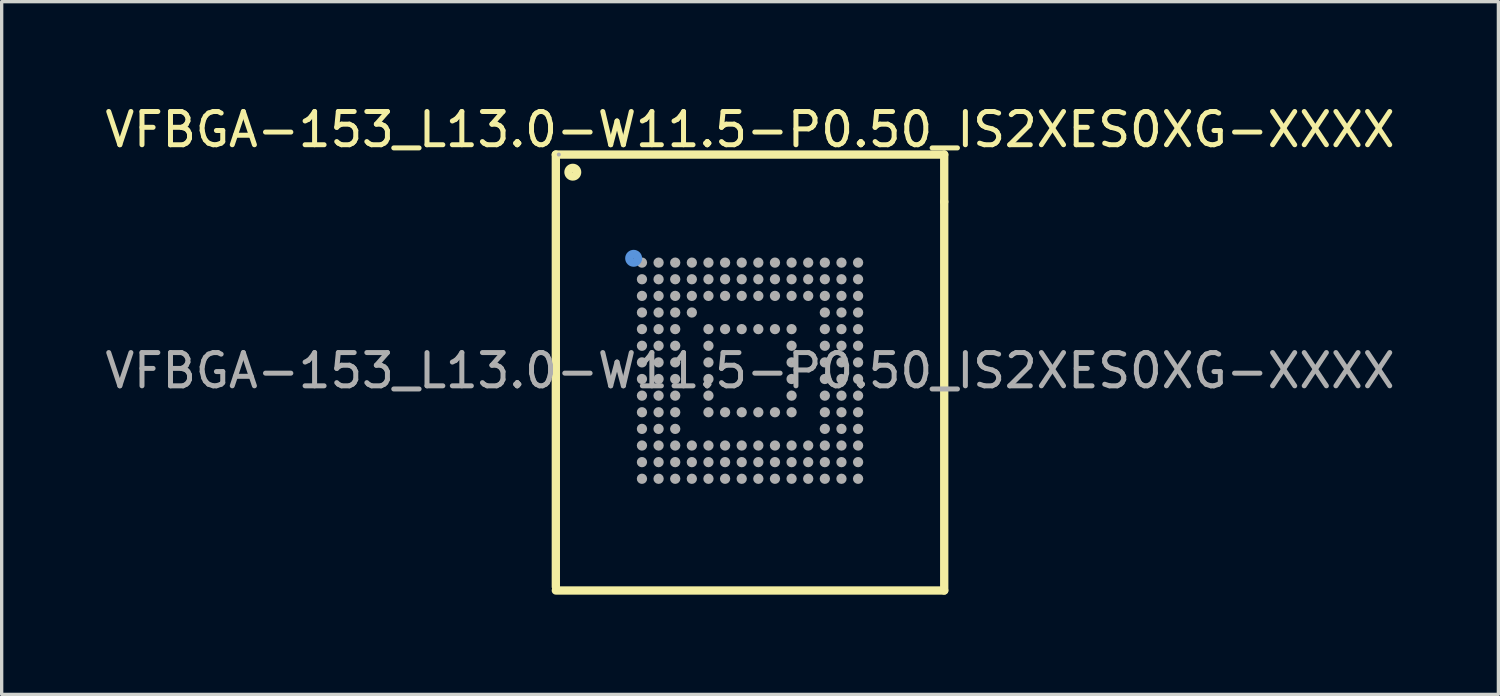
<source format=kicad_pcb>
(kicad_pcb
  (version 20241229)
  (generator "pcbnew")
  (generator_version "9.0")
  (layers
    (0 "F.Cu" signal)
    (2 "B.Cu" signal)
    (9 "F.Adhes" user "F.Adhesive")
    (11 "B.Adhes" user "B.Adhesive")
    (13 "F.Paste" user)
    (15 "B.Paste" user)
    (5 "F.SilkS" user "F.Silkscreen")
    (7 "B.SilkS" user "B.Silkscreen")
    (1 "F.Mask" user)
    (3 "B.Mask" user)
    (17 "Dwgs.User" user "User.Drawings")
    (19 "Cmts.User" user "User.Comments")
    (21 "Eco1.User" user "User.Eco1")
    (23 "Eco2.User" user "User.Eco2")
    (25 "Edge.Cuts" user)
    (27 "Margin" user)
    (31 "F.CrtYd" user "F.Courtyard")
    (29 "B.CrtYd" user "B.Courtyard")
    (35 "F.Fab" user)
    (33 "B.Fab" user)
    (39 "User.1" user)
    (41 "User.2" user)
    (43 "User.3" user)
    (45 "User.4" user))
  (footprint "VFBGA-153_L13.0-W11.5-P0.50_IS2XES0XG-XXXX"
    (layer "F.Cu")
    (at 19.506 8.098)
    (property "Reference" "VFBGA-153_L13.0-W11.5-P0.50_IS2XES0XG-XXXX" (at 0 -7.25 0) (layer "F.SilkS") (effects (font (size 1 1) (thickness 0.15))))
    (attr smd)
    (fp_line (start -5.84 -6.5) (end 5.84 -6.5) (stroke (width 0.25) (type solid)) (layer "F.SilkS"))
    (fp_line (start -5.84 6.5) (end -5.84 -6.5) (stroke (width 0.25) (type solid)) (layer "F.SilkS"))
    (fp_line (start -5.84 6.61) (end 5.84 6.61) (stroke (width 0.25) (type solid)) (layer "F.SilkS"))
    (fp_line (start 5.84 -6.5) (end 5.84 -5.08) (stroke (width 0.25) (type solid)) (layer "F.SilkS"))
    (fp_line (start 5.84 6.61) (end 5.84 -5.08) (stroke (width 0.25) (type solid)) (layer "F.SilkS"))
    (fp_circle (center -5.33 -5.97) (end -5.2 -5.97) (stroke (width 0.25) (type solid)) (fill no) (layer "F.SilkS"))
    (fp_circle (center -3.5 -3.38) (end -3.37 -3.38) (stroke (width 0.25) (type solid)) (fill no) (layer "Cmts.User"))
    (fp_circle (center -5.75 -6.5) (end -5.72 -6.5) (stroke (width 0.06) (type solid)) (fill no) (layer "F.Fab"))
    (fp_circle (center -3.25 -3.25) (end -3.17 -3.25) (stroke (width 0.15) (type solid)) (fill no) (layer "F.Fab"))
    (fp_circle (center -3.25 -2.75) (end -3.17 -2.75) (stroke (width 0.15) (type solid)) (fill no) (layer "F.Fab"))
    (fp_circle (center -3.25 -2.25) (end -3.17 -2.25) (stroke (width 0.15) (type solid)) (fill no) (layer "F.Fab"))
    (fp_circle (center -3.25 -1.75) (end -3.17 -1.75) (stroke (width 0.15) (type solid)) (fill no) (layer "F.Fab"))
    (fp_circle (center -3.25 -1.25) (end -3.17 -1.25) (stroke (width 0.15) (type solid)) (fill no) (layer "F.Fab"))
    (fp_circle (center -3.25 -0.75) (end -3.17 -0.75) (stroke (width 0.15) (type solid)) (fill no) (layer "F.Fab"))
    (fp_circle (center -3.25 -0.25) (end -3.17 -0.25) (stroke (width 0.15) (type solid)) (fill no) (layer "F.Fab"))
    (fp_circle (center -3.25 0.25) (end -3.17 0.25) (stroke (width 0.15) (type solid)) (fill no) (layer "F.Fab"))
    (fp_circle (center -3.25 0.75) (end -3.17 0.75) (stroke (width 0.15) (type solid)) (fill no) (layer "F.Fab"))
    (fp_circle (center -3.25 1.25) (end -3.17 1.25) (stroke (width 0.15) (type solid)) (fill no) (layer "F.Fab"))
    (fp_circle (center -3.25 1.75) (end -3.17 1.75) (stroke (width 0.15) (type solid)) (fill no) (layer "F.Fab"))
    (fp_circle (center -3.25 2.25) (end -3.17 2.25) (stroke (width 0.15) (type solid)) (fill no) (layer "F.Fab"))
    (fp_circle (center -3.25 2.75) (end -3.17 2.75) (stroke (width 0.15) (type solid)) (fill no) (layer "F.Fab"))
    (fp_circle (center -3.25 3.25) (end -3.17 3.25) (stroke (width 0.15) (type solid)) (fill no) (layer "F.Fab"))
    (fp_circle (center -2.75 -3.25) (end -2.67 -3.25) (stroke (width 0.15) (type solid)) (fill no) (layer "F.Fab"))
    (fp_circle (center -2.75 -2.75) (end -2.67 -2.75) (stroke (width 0.15) (type solid)) (fill no) (layer "F.Fab"))
    (fp_circle (center -2.75 -2.25) (end -2.67 -2.25) (stroke (width 0.15) (type solid)) (fill no) (layer "F.Fab"))
    (fp_circle (center -2.75 -1.75) (end -2.67 -1.75) (stroke (width 0.15) (type solid)) (fill no) (layer "F.Fab"))
    (fp_circle (center -2.75 -1.25) (end -2.67 -1.25) (stroke (width 0.15) (type solid)) (fill no) (layer "F.Fab"))
    (fp_circle (center -2.75 -0.75) (end -2.67 -0.75) (stroke (width 0.15) (type solid)) (fill no) (layer "F.Fab"))
    (fp_circle (center -2.75 -0.25) (end -2.67 -0.25) (stroke (width 0.15) (type solid)) (fill no) (layer "F.Fab"))
    (fp_circle (center -2.75 0.25) (end -2.67 0.25) (stroke (width 0.15) (type solid)) (fill no) (layer "F.Fab"))
    (fp_circle (center -2.75 0.75) (end -2.67 0.75) (stroke (width 0.15) (type solid)) (fill no) (layer "F.Fab"))
    (fp_circle (center -2.75 1.25) (end -2.67 1.25) (stroke (width 0.15) (type solid)) (fill no) (layer "F.Fab"))
    (fp_circle (center -2.75 1.75) (end -2.67 1.75) (stroke (width 0.15) (type solid)) (fill no) (layer "F.Fab"))
    (fp_circle (center -2.75 2.25) (end -2.67 2.25) (stroke (width 0.15) (type solid)) (fill no) (layer "F.Fab"))
    (fp_circle (center -2.75 2.75) (end -2.67 2.75) (stroke (width 0.15) (type solid)) (fill no) (layer "F.Fab"))
    (fp_circle (center -2.75 3.25) (end -2.67 3.25) (stroke (width 0.15) (type solid)) (fill no) (layer "F.Fab"))
    (fp_circle (center -2.25 -3.25) (end -2.17 -3.25) (stroke (width 0.15) (type solid)) (fill no) (layer "F.Fab"))
    (fp_circle (center -2.25 -2.75) (end -2.17 -2.75) (stroke (width 0.15) (type solid)) (fill no) (layer "F.Fab"))
    (fp_circle (center -2.25 -2.25) (end -2.17 -2.25) (stroke (width 0.15) (type solid)) (fill no) (layer "F.Fab"))
    (fp_circle (center -2.25 -1.75) (end -2.17 -1.75) (stroke (width 0.15) (type solid)) (fill no) (layer "F.Fab"))
    (fp_circle (center -2.25 -1.25) (end -2.17 -1.25) (stroke (width 0.15) (type solid)) (fill no) (layer "F.Fab"))
    (fp_circle (center -2.25 -0.75) (end -2.17 -0.75) (stroke (width 0.15) (type solid)) (fill no) (layer "F.Fab"))
    (fp_circle (center -2.25 -0.25) (end -2.17 -0.25) (stroke (width 0.15) (type solid)) (fill no) (layer "F.Fab"))
    (fp_circle (center -2.25 0.25) (end -2.17 0.25) (stroke (width 0.15) (type solid)) (fill no) (layer "F.Fab"))
    (fp_circle (center -2.25 0.75) (end -2.17 0.75) (stroke (width 0.15) (type solid)) (fill no) (layer "F.Fab"))
    (fp_circle (center -2.25 1.25) (end -2.17 1.25) (stroke (width 0.15) (type solid)) (fill no) (layer "F.Fab"))
    (fp_circle (center -2.25 1.75) (end -2.17 1.75) (stroke (width 0.15) (type solid)) (fill no) (layer "F.Fab"))
    (fp_circle (center -2.25 2.25) (end -2.17 2.25) (stroke (width 0.15) (type solid)) (fill no) (layer "F.Fab"))
    (fp_circle (center -2.25 2.75) (end -2.17 2.75) (stroke (width 0.15) (type solid)) (fill no) (layer "F.Fab"))
    (fp_circle (center -2.25 3.25) (end -2.17 3.25) (stroke (width 0.15) (type solid)) (fill no) (layer "F.Fab"))
    (fp_circle (center -1.75 -3.25) (end -1.67 -3.25) (stroke (width 0.15) (type solid)) (fill no) (layer "F.Fab"))
    (fp_circle (center -1.75 -2.75) (end -1.67 -2.75) (stroke (width 0.15) (type solid)) (fill no) (layer "F.Fab"))
    (fp_circle (center -1.75 -2.25) (end -1.67 -2.25) (stroke (width 0.15) (type solid)) (fill no) (layer "F.Fab"))
    (fp_circle (center -1.75 -1.75) (end -1.67 -1.75) (stroke (width 0.15) (type solid)) (fill no) (layer "F.Fab"))
    (fp_circle (center -1.75 2.25) (end -1.67 2.25) (stroke (width 0.15) (type solid)) (fill no) (layer "F.Fab"))
    (fp_circle (center -1.75 2.75) (end -1.67 2.75) (stroke (width 0.15) (type solid)) (fill no) (layer "F.Fab"))
    (fp_circle (center -1.75 3.25) (end -1.67 3.25) (stroke (width 0.15) (type solid)) (fill no) (layer "F.Fab"))
    (fp_circle (center -1.25 -3.25) (end -1.17 -3.25) (stroke (width 0.15) (type solid)) (fill no) (layer "F.Fab"))
    (fp_circle (center -1.25 -2.75) (end -1.17 -2.75) (stroke (width 0.15) (type solid)) (fill no) (layer "F.Fab"))
    (fp_circle (center -1.25 -2.25) (end -1.17 -2.25) (stroke (width 0.15) (type solid)) (fill no) (layer "F.Fab"))
    (fp_circle (center -1.25 -1.25) (end -1.17 -1.25) (stroke (width 0.15) (type solid)) (fill no) (layer "F.Fab"))
    (fp_circle (center -1.25 -0.75) (end -1.17 -0.75) (stroke (width 0.15) (type solid)) (fill no) (layer "F.Fab"))
    (fp_circle (center -1.25 -0.25) (end -1.17 -0.25) (stroke (width 0.15) (type solid)) (fill no) (layer "F.Fab"))
    (fp_circle (center -1.25 0.25) (end -1.17 0.25) (stroke (width 0.15) (type solid)) (fill no) (layer "F.Fab"))
    (fp_circle (center -1.25 0.75) (end -1.17 0.75) (stroke (width 0.15) (type solid)) (fill no) (layer "F.Fab"))
    (fp_circle (center -1.25 1.25) (end -1.17 1.25) (stroke (width 0.15) (type solid)) (fill no) (layer "F.Fab"))
    (fp_circle (center -1.25 2.25) (end -1.17 2.25) (stroke (width 0.15) (type solid)) (fill no) (layer "F.Fab"))
    (fp_circle (center -1.25 2.75) (end -1.17 2.75) (stroke (width 0.15) (type solid)) (fill no) (layer "F.Fab"))
    (fp_circle (center -1.25 3.25) (end -1.17 3.25) (stroke (width 0.15) (type solid)) (fill no) (layer "F.Fab"))
    (fp_circle (center -0.75 -3.25) (end -0.67 -3.25) (stroke (width 0.15) (type solid)) (fill no) (layer "F.Fab"))
    (fp_circle (center -0.75 -2.75) (end -0.67 -2.75) (stroke (width 0.15) (type solid)) (fill no) (layer "F.Fab"))
    (fp_circle (center -0.75 -2.25) (end -0.67 -2.25) (stroke (width 0.15) (type solid)) (fill no) (layer "F.Fab"))
    (fp_circle (center -0.75 -1.25) (end -0.67 -1.25) (stroke (width 0.15) (type solid)) (fill no) (layer "F.Fab"))
    (fp_circle (center -0.75 1.25) (end -0.67 1.25) (stroke (width 0.15) (type solid)) (fill no) (layer "F.Fab"))
    (fp_circle (center -0.75 2.25) (end -0.67 2.25) (stroke (width 0.15) (type solid)) (fill no) (layer "F.Fab"))
    (fp_circle (center -0.75 2.75) (end -0.67 2.75) (stroke (width 0.15) (type solid)) (fill no) (layer "F.Fab"))
    (fp_circle (center -0.75 3.25) (end -0.67 3.25) (stroke (width 0.15) (type solid)) (fill no) (layer "F.Fab"))
    (fp_circle (center -0.25 -3.25) (end -0.17 -3.25) (stroke (width 0.15) (type solid)) (fill no) (layer "F.Fab"))
    (fp_circle (center -0.25 -2.75) (end -0.17 -2.75) (stroke (width 0.15) (type solid)) (fill no) (layer "F.Fab"))
    (fp_circle (center -0.25 -2.25) (end -0.17 -2.25) (stroke (width 0.15) (type solid)) (fill no) (layer "F.Fab"))
    (fp_circle (center -0.25 -1.25) (end -0.17 -1.25) (stroke (width 0.15) (type solid)) (fill no) (layer "F.Fab"))
    (fp_circle (center -0.25 1.25) (end -0.17 1.25) (stroke (width 0.15) (type solid)) (fill no) (layer "F.Fab"))
    (fp_circle (center -0.25 2.25) (end -0.17 2.25) (stroke (width 0.15) (type solid)) (fill no) (layer "F.Fab"))
    (fp_circle (center -0.25 2.75) (end -0.17 2.75) (stroke (width 0.15) (type solid)) (fill no) (layer "F.Fab"))
    (fp_circle (center -0.25 3.25) (end -0.17 3.25) (stroke (width 0.15) (type solid)) (fill no) (layer "F.Fab"))
    (fp_circle (center 0.25 -3.25) (end 0.33 -3.25) (stroke (width 0.15) (type solid)) (fill no) (layer "F.Fab"))
    (fp_circle (center 0.25 -2.75) (end 0.33 -2.75) (stroke (width 0.15) (type solid)) (fill no) (layer "F.Fab"))
    (fp_circle (center 0.25 -2.25) (end 0.33 -2.25) (stroke (width 0.15) (type solid)) (fill no) (layer "F.Fab"))
    (fp_circle (center 0.25 -1.25) (end 0.33 -1.25) (stroke (width 0.15) (type solid)) (fill no) (layer "F.Fab"))
    (fp_circle (center 0.25 1.25) (end 0.33 1.25) (stroke (width 0.15) (type solid)) (fill no) (layer "F.Fab"))
    (fp_circle (center 0.25 2.25) (end 0.33 2.25) (stroke (width 0.15) (type solid)) (fill no) (layer "F.Fab"))
    (fp_circle (center 0.25 2.75) (end 0.33 2.75) (stroke (width 0.15) (type solid)) (fill no) (layer "F.Fab"))
    (fp_circle (center 0.25 3.25) (end 0.33 3.25) (stroke (width 0.15) (type solid)) (fill no) (layer "F.Fab"))
    (fp_circle (center 0.75 -3.25) (end 0.83 -3.25) (stroke (width 0.15) (type solid)) (fill no) (layer "F.Fab"))
    (fp_circle (center 0.75 -2.75) (end 0.83 -2.75) (stroke (width 0.15) (type solid)) (fill no) (layer "F.Fab"))
    (fp_circle (center 0.75 -2.25) (end 0.83 -2.25) (stroke (width 0.15) (type solid)) (fill no) (layer "F.Fab"))
    (fp_circle (center 0.75 -1.25) (end 0.83 -1.25) (stroke (width 0.15) (type solid)) (fill no) (layer "F.Fab"))
    (fp_circle (center 0.75 1.25) (end 0.83 1.25) (stroke (width 0.15) (type solid)) (fill no) (layer "F.Fab"))
    (fp_circle (center 0.75 2.25) (end 0.83 2.25) (stroke (width 0.15) (type solid)) (fill no) (layer "F.Fab"))
    (fp_circle (center 0.75 2.75) (end 0.83 2.75) (stroke (width 0.15) (type solid)) (fill no) (layer "F.Fab"))
    (fp_circle (center 0.75 3.25) (end 0.83 3.25) (stroke (width 0.15) (type solid)) (fill no) (layer "F.Fab"))
    (fp_circle (center 1.25 -3.25) (end 1.33 -3.25) (stroke (width 0.15) (type solid)) (fill no) (layer "F.Fab"))
    (fp_circle (center 1.25 -2.75) (end 1.33 -2.75) (stroke (width 0.15) (type solid)) (fill no) (layer "F.Fab"))
    (fp_circle (center 1.25 -2.25) (end 1.33 -2.25) (stroke (width 0.15) (type solid)) (fill no) (layer "F.Fab"))
    (fp_circle (center 1.25 -1.25) (end 1.33 -1.25) (stroke (width 0.15) (type solid)) (fill no) (layer "F.Fab"))
    (fp_circle (center 1.25 -0.75) (end 1.33 -0.75) (stroke (width 0.15) (type solid)) (fill no) (layer "F.Fab"))
    (fp_circle (center 1.25 -0.25) (end 1.33 -0.25) (stroke (width 0.15) (type solid)) (fill no) (layer "F.Fab"))
    (fp_circle (center 1.25 0.25) (end 1.33 0.25) (stroke (width 0.15) (type solid)) (fill no) (layer "F.Fab"))
    (fp_circle (center 1.25 0.75) (end 1.33 0.75) (stroke (width 0.15) (type solid)) (fill no) (layer "F.Fab"))
    (fp_circle (center 1.25 1.25) (end 1.33 1.25) (stroke (width 0.15) (type solid)) (fill no) (layer "F.Fab"))
    (fp_circle (center 1.25 2.25) (end 1.33 2.25) (stroke (width 0.15) (type solid)) (fill no) (layer "F.Fab"))
    (fp_circle (center 1.25 2.75) (end 1.33 2.75) (stroke (width 0.15) (type solid)) (fill no) (layer "F.Fab"))
    (fp_circle (center 1.25 3.25) (end 1.33 3.25) (stroke (width 0.15) (type solid)) (fill no) (layer "F.Fab"))
    (fp_circle (center 1.75 -3.25) (end 1.83 -3.25) (stroke (width 0.15) (type solid)) (fill no) (layer "F.Fab"))
    (fp_circle (center 1.75 -2.75) (end 1.83 -2.75) (stroke (width 0.15) (type solid)) (fill no) (layer "F.Fab"))
    (fp_circle (center 1.75 -2.25) (end 1.83 -2.25) (stroke (width 0.15) (type solid)) (fill no) (layer "F.Fab"))
    (fp_circle (center 1.75 2.25) (end 1.83 2.25) (stroke (width 0.15) (type solid)) (fill no) (layer "F.Fab"))
    (fp_circle (center 1.75 2.75) (end 1.83 2.75) (stroke (width 0.15) (type solid)) (fill no) (layer "F.Fab"))
    (fp_circle (center 1.75 3.25) (end 1.83 3.25) (stroke (width 0.15) (type solid)) (fill no) (layer "F.Fab"))
    (fp_circle (center 2.25 -3.25) (end 2.33 -3.25) (stroke (width 0.15) (type solid)) (fill no) (layer "F.Fab"))
    (fp_circle (center 2.25 -2.75) (end 2.33 -2.75) (stroke (width 0.15) (type solid)) (fill no) (layer "F.Fab"))
    (fp_circle (center 2.25 -2.25) (end 2.33 -2.25) (stroke (width 0.15) (type solid)) (fill no) (layer "F.Fab"))
    (fp_circle (center 2.25 -1.75) (end 2.33 -1.75) (stroke (width 0.15) (type solid)) (fill no) (layer "F.Fab"))
    (fp_circle (center 2.25 -1.25) (end 2.33 -1.25) (stroke (width 0.15) (type solid)) (fill no) (layer "F.Fab"))
    (fp_circle (center 2.25 -0.75) (end 2.33 -0.75) (stroke (width 0.15) (type solid)) (fill no) (layer "F.Fab"))
    (fp_circle (center 2.25 -0.25) (end 2.33 -0.25) (stroke (width 0.15) (type solid)) (fill no) (layer "F.Fab"))
    (fp_circle (center 2.25 0.25) (end 2.33 0.25) (stroke (width 0.15) (type solid)) (fill no) (layer "F.Fab"))
    (fp_circle (center 2.25 0.75) (end 2.33 0.75) (stroke (width 0.15) (type solid)) (fill no) (layer "F.Fab"))
    (fp_circle (center 2.25 1.25) (end 2.33 1.25) (stroke (width 0.15) (type solid)) (fill no) (layer "F.Fab"))
    (fp_circle (center 2.25 1.75) (end 2.33 1.75) (stroke (width 0.15) (type solid)) (fill no) (layer "F.Fab"))
    (fp_circle (center 2.25 2.25) (end 2.33 2.25) (stroke (width 0.15) (type solid)) (fill no) (layer "F.Fab"))
    (fp_circle (center 2.25 2.75) (end 2.33 2.75) (stroke (width 0.15) (type solid)) (fill no) (layer "F.Fab"))
    (fp_circle (center 2.25 3.25) (end 2.33 3.25) (stroke (width 0.15) (type solid)) (fill no) (layer "F.Fab"))
    (fp_circle (center 2.75 -3.25) (end 2.83 -3.25) (stroke (width 0.15) (type solid)) (fill no) (layer "F.Fab"))
    (fp_circle (center 2.75 -2.75) (end 2.83 -2.75) (stroke (width 0.15) (type solid)) (fill no) (layer "F.Fab"))
    (fp_circle (center 2.75 -2.25) (end 2.83 -2.25) (stroke (width 0.15) (type solid)) (fill no) (layer "F.Fab"))
    (fp_circle (center 2.75 -1.75) (end 2.83 -1.75) (stroke (width 0.15) (type solid)) (fill no) (layer "F.Fab"))
    (fp_circle (center 2.75 -1.25) (end 2.83 -1.25) (stroke (width 0.15) (type solid)) (fill no) (layer "F.Fab"))
    (fp_circle (center 2.75 -0.75) (end 2.83 -0.75) (stroke (width 0.15) (type solid)) (fill no) (layer "F.Fab"))
    (fp_circle (center 2.75 -0.25) (end 2.83 -0.25) (stroke (width 0.15) (type solid)) (fill no) (layer "F.Fab"))
    (fp_circle (center 2.75 0.25) (end 2.83 0.25) (stroke (width 0.15) (type solid)) (fill no) (layer "F.Fab"))
    (fp_circle (center 2.75 0.75) (end 2.83 0.75) (stroke (width 0.15) (type solid)) (fill no) (layer "F.Fab"))
    (fp_circle (center 2.75 1.25) (end 2.83 1.25) (stroke (width 0.15) (type solid)) (fill no) (layer "F.Fab"))
    (fp_circle (center 2.75 1.75) (end 2.83 1.75) (stroke (width 0.15) (type solid)) (fill no) (layer "F.Fab"))
    (fp_circle (center 2.75 2.25) (end 2.83 2.25) (stroke (width 0.15) (type solid)) (fill no) (layer "F.Fab"))
    (fp_circle (center 2.75 2.75) (end 2.83 2.75) (stroke (width 0.15) (type solid)) (fill no) (layer "F.Fab"))
    (fp_circle (center 2.75 3.25) (end 2.83 3.25) (stroke (width 0.15) (type solid)) (fill no) (layer "F.Fab"))
    (fp_circle (center 3.25 -3.25) (end 3.33 -3.25) (stroke (width 0.15) (type solid)) (fill no) (layer "F.Fab"))
    (fp_circle (center 3.25 -2.75) (end 3.33 -2.75) (stroke (width 0.15) (type solid)) (fill no) (layer "F.Fab"))
    (fp_circle (center 3.25 -2.25) (end 3.33 -2.25) (stroke (width 0.15) (type solid)) (fill no) (layer "F.Fab"))
    (fp_circle (center 3.25 -1.75) (end 3.33 -1.75) (stroke (width 0.15) (type solid)) (fill no) (layer "F.Fab"))
    (fp_circle (center 3.25 -1.25) (end 3.33 -1.25) (stroke (width 0.15) (type solid)) (fill no) (layer "F.Fab"))
    (fp_circle (center 3.25 -0.75) (end 3.33 -0.75) (stroke (width 0.15) (type solid)) (fill no) (layer "F.Fab"))
    (fp_circle (center 3.25 -0.25) (end 3.33 -0.25) (stroke (width 0.15) (type solid)) (fill no) (layer "F.Fab"))
    (fp_circle (center 3.25 0.25) (end 3.33 0.25) (stroke (width 0.15) (type solid)) (fill no) (layer "F.Fab"))
    (fp_circle (center 3.25 0.75) (end 3.33 0.75) (stroke (width 0.15) (type solid)) (fill no) (layer "F.Fab"))
    (fp_circle (center 3.25 1.25) (end 3.33 1.25) (stroke (width 0.15) (type solid)) (fill no) (layer "F.Fab"))
    (fp_circle (center 3.25 1.75) (end 3.33 1.75) (stroke (width 0.15) (type solid)) (fill no) (layer "F.Fab"))
    (fp_circle (center 3.25 2.25) (end 3.33 2.25) (stroke (width 0.15) (type solid)) (fill no) (layer "F.Fab"))
    (fp_circle (center 3.25 2.75) (end 3.33 2.75) (stroke (width 0.15) (type solid)) (fill no) (layer "F.Fab"))
    (fp_circle (center 3.25 3.25) (end 3.33 3.25) (stroke (width 0.15) (type solid)) (fill no) (layer "F.Fab"))
    (fp_text user "${REFERENCE}" (at 0 0 0) (layer "F.Fab") (effects (font (size 1 1) (thickness 0.15))))
    (pad "A1" smd circle (at -3.25 -3.25) (size 0.24 0.24) (layers "F.Cu" "F.Mask" "F.Paste"))
    (pad "A2" smd circle (at -2.75 -3.25) (size 0.24 0.24) (layers "F.Cu" "F.Mask" "F.Paste"))
    (pad "A3" smd circle (at -2.25 -3.25) (size 0.24 0.24) (layers "F.Cu" "F.Mask" "F.Paste"))
    (pad "A4" smd circle (at -1.75 -3.25) (size 0.24 0.24) (layers "F.Cu" "F.Mask" "F.Paste"))
    (pad "A5" smd circle (at -1.25 -3.25) (size 0.24 0.24) (layers "F.Cu" "F.Mask" "F.Paste"))
    (pad "A6" smd circle (at -0.75 -3.25) (size 0.24 0.24) (layers "F.Cu" "F.Mask" "F.Paste"))
    (pad "A7" smd circle (at -0.25 -3.25) (size 0.24 0.24) (layers "F.Cu" "F.Mask" "F.Paste"))
    (pad "A8" smd circle (at 0.25 -3.25) (size 0.24 0.24) (layers "F.Cu" "F.Mask" "F.Paste"))
    (pad "A9" smd circle (at 0.75 -3.25) (size 0.24 0.24) (layers "F.Cu" "F.Mask" "F.Paste"))
    (pad "A10" smd circle (at 1.25 -3.25) (size 0.24 0.24) (layers "F.Cu" "F.Mask" "F.Paste"))
    (pad "A11" smd circle (at 1.75 -3.25) (size 0.24 0.24) (layers "F.Cu" "F.Mask" "F.Paste"))
    (pad "A12" smd circle (at 2.25 -3.25) (size 0.24 0.24) (layers "F.Cu" "F.Mask" "F.Paste"))
    (pad "A13" smd circle (at 2.75 -3.25) (size 0.24 0.24) (layers "F.Cu" "F.Mask" "F.Paste"))
    (pad "A14" smd circle (at 3.25 -3.25) (size 0.24 0.24) (layers "F.Cu" "F.Mask" "F.Paste"))
    (pad "B1" smd circle (at -3.25 -2.75) (size 0.24 0.24) (layers "F.Cu" "F.Mask" "F.Paste"))
    (pad "B2" smd circle (at -2.75 -2.75) (size 0.24 0.24) (layers "F.Cu" "F.Mask" "F.Paste"))
    (pad "B3" smd circle (at -2.25 -2.75) (size 0.24 0.24) (layers "F.Cu" "F.Mask" "F.Paste"))
    (pad "B4" smd circle (at -1.75 -2.75) (size 0.24 0.24) (layers "F.Cu" "F.Mask" "F.Paste"))
    (pad "B5" smd circle (at -1.25 -2.75) (size 0.24 0.24) (layers "F.Cu" "F.Mask" "F.Paste"))
    (pad "B6" smd circle (at -0.75 -2.75) (size 0.24 0.24) (layers "F.Cu" "F.Mask" "F.Paste"))
    (pad "B7" smd circle (at -0.25 -2.75) (size 0.24 0.24) (layers "F.Cu" "F.Mask" "F.Paste"))
    (pad "B8" smd circle (at 0.25 -2.75) (size 0.24 0.24) (layers "F.Cu" "F.Mask" "F.Paste"))
    (pad "B9" smd circle (at 0.75 -2.75) (size 0.24 0.24) (layers "F.Cu" "F.Mask" "F.Paste"))
    (pad "B10" smd circle (at 1.25 -2.75) (size 0.24 0.24) (layers "F.Cu" "F.Mask" "F.Paste"))
    (pad "B11" smd circle (at 1.75 -2.75) (size 0.24 0.24) (layers "F.Cu" "F.Mask" "F.Paste"))
    (pad "B12" smd circle (at 2.25 -2.75) (size 0.24 0.24) (layers "F.Cu" "F.Mask" "F.Paste"))
    (pad "B13" smd circle (at 2.75 -2.75) (size 0.24 0.24) (layers "F.Cu" "F.Mask" "F.Paste"))
    (pad "B14" smd circle (at 3.25 -2.75) (size 0.24 0.24) (layers "F.Cu" "F.Mask" "F.Paste"))
    (pad "C1" smd circle (at -3.25 -2.25) (size 0.24 0.24) (layers "F.Cu" "F.Mask" "F.Paste"))
    (pad "C2" smd circle (at -2.75 -2.25) (size 0.24 0.24) (layers "F.Cu" "F.Mask" "F.Paste"))
    (pad "C3" smd circle (at -2.25 -2.25) (size 0.24 0.24) (layers "F.Cu" "F.Mask" "F.Paste"))
    (pad "C4" smd circle (at -1.75 -2.25) (size 0.24 0.24) (layers "F.Cu" "F.Mask" "F.Paste"))
    (pad "C5" smd circle (at -1.25 -2.25) (size 0.24 0.24) (layers "F.Cu" "F.Mask" "F.Paste"))
    (pad "C6" smd circle (at -0.75 -2.25) (size 0.24 0.24) (layers "F.Cu" "F.Mask" "F.Paste"))
    (pad "C7" smd circle (at -0.25 -2.25) (size 0.24 0.24) (layers "F.Cu" "F.Mask" "F.Paste"))
    (pad "C8" smd circle (at 0.25 -2.25) (size 0.24 0.24) (layers "F.Cu" "F.Mask" "F.Paste"))
    (pad "C9" smd circle (at 0.75 -2.25) (size 0.24 0.24) (layers "F.Cu" "F.Mask" "F.Paste"))
    (pad "C10" smd circle (at 1.25 -2.25) (size 0.24 0.24) (layers "F.Cu" "F.Mask" "F.Paste"))
    (pad "C11" smd circle (at 1.75 -2.25) (size 0.24 0.24) (layers "F.Cu" "F.Mask" "F.Paste"))
    (pad "C12" smd circle (at 2.25 -2.25) (size 0.24 0.24) (layers "F.Cu" "F.Mask" "F.Paste"))
    (pad "C13" smd circle (at 2.75 -2.25) (size 0.24 0.24) (layers "F.Cu" "F.Mask" "F.Paste"))
    (pad "C14" smd circle (at 3.25 -2.25) (size 0.24 0.24) (layers "F.Cu" "F.Mask" "F.Paste"))
    (pad "D1" smd circle (at -3.25 -1.75) (size 0.24 0.24) (layers "F.Cu" "F.Mask" "F.Paste"))
    (pad "D2" smd circle (at -2.75 -1.75) (size 0.24 0.24) (layers "F.Cu" "F.Mask" "F.Paste"))
    (pad "D3" smd circle (at -2.25 -1.75) (size 0.24 0.24) (layers "F.Cu" "F.Mask" "F.Paste"))
    (pad "D4" smd circle (at -1.75 -1.75) (size 0.24 0.24) (layers "F.Cu" "F.Mask" "F.Paste"))
    (pad "D12" smd circle (at 2.25 -1.75) (size 0.24 0.24) (layers "F.Cu" "F.Mask" "F.Paste"))
    (pad "D13" smd circle (at 2.75 -1.75) (size 0.24 0.24) (layers "F.Cu" "F.Mask" "F.Paste"))
    (pad "D14" smd circle (at 3.25 -1.75) (size 0.24 0.24) (layers "F.Cu" "F.Mask" "F.Paste"))
    (pad "E1" smd circle (at -3.25 -1.25) (size 0.24 0.24) (layers "F.Cu" "F.Mask" "F.Paste"))
    (pad "E2" smd circle (at -2.75 -1.25) (size 0.24 0.24) (layers "F.Cu" "F.Mask" "F.Paste"))
    (pad "E3" smd circle (at -2.25 -1.25) (size 0.24 0.24) (layers "F.Cu" "F.Mask" "F.Paste"))
    (pad "E5" smd circle (at -1.25 -1.25) (size 0.24 0.24) (layers "F.Cu" "F.Mask" "F.Paste"))
    (pad "E6" smd circle (at -0.75 -1.25) (size 0.24 0.24) (layers "F.Cu" "F.Mask" "F.Paste"))
    (pad "E7" smd circle (at -0.25 -1.25) (size 0.24 0.24) (layers "F.Cu" "F.Mask" "F.Paste"))
    (pad "E8" smd circle (at 0.25 -1.25) (size 0.24 0.24) (layers "F.Cu" "F.Mask" "F.Paste"))
    (pad "E9" smd circle (at 0.75 -1.25) (size 0.24 0.24) (layers "F.Cu" "F.Mask" "F.Paste"))
    (pad "E10" smd circle (at 1.25 -1.25) (size 0.24 0.24) (layers "F.Cu" "F.Mask" "F.Paste"))
    (pad "E12" smd circle (at 2.25 -1.25) (size 0.24 0.24) (layers "F.Cu" "F.Mask" "F.Paste"))
    (pad "E13" smd circle (at 2.75 -1.25) (size 0.24 0.24) (layers "F.Cu" "F.Mask" "F.Paste"))
    (pad "E14" smd circle (at 3.25 -1.25) (size 0.24 0.24) (layers "F.Cu" "F.Mask" "F.Paste"))
    (pad "F1" smd circle (at -3.25 -0.75) (size 0.24 0.24) (layers "F.Cu" "F.Mask" "F.Paste"))
    (pad "F2" smd circle (at -2.75 -0.75) (size 0.24 0.24) (layers "F.Cu" "F.Mask" "F.Paste"))
    (pad "F3" smd circle (at -2.25 -0.75) (size 0.24 0.24) (layers "F.Cu" "F.Mask" "F.Paste"))
    (pad "F5" smd circle (at -1.25 -0.75) (size 0.24 0.24) (layers "F.Cu" "F.Mask" "F.Paste"))
    (pad "F10" smd circle (at 1.25 -0.75) (size 0.24 0.24) (layers "F.Cu" "F.Mask" "F.Paste"))
    (pad "F12" smd circle (at 2.25 -0.75) (size 0.24 0.24) (layers "F.Cu" "F.Mask" "F.Paste"))
    (pad "F13" smd circle (at 2.75 -0.75) (size 0.24 0.24) (layers "F.Cu" "F.Mask" "F.Paste"))
    (pad "F14" smd circle (at 3.25 -0.75) (size 0.24 0.24) (layers "F.Cu" "F.Mask" "F.Paste"))
    (pad "G1" smd circle (at -3.25 -0.25) (size 0.24 0.24) (layers "F.Cu" "F.Mask" "F.Paste"))
    (pad "G2" smd circle (at -2.75 -0.25) (size 0.24 0.24) (layers "F.Cu" "F.Mask" "F.Paste"))
    (pad "G3" smd circle (at -2.25 -0.25) (size 0.24 0.24) (layers "F.Cu" "F.Mask" "F.Paste"))
    (pad "G5" smd circle (at -1.25 -0.25) (size 0.24 0.24) (layers "F.Cu" "F.Mask" "F.Paste"))
    (pad "G10" smd circle (at 1.25 -0.25) (size 0.24 0.24) (layers "F.Cu" "F.Mask" "F.Paste"))
    (pad "G12" smd circle (at 2.25 -0.25) (size 0.24 0.24) (layers "F.Cu" "F.Mask" "F.Paste"))
    (pad "G13" smd circle (at 2.75 -0.25) (size 0.24 0.24) (layers "F.Cu" "F.Mask" "F.Paste"))
    (pad "G14" smd circle (at 3.25 -0.25) (size 0.24 0.24) (layers "F.Cu" "F.Mask" "F.Paste"))
    (pad "H1" smd circle (at -3.25 0.25) (size 0.24 0.24) (layers "F.Cu" "F.Mask" "F.Paste"))
    (pad "H2" smd circle (at -2.75 0.25) (size 0.24 0.24) (layers "F.Cu" "F.Mask" "F.Paste"))
    (pad "H3" smd circle (at -2.25 0.25) (size 0.24 0.24) (layers "F.Cu" "F.Mask" "F.Paste"))
    (pad "H5" smd circle (at -1.25 0.25) (size 0.24 0.24) (layers "F.Cu" "F.Mask" "F.Paste"))
    (pad "H10" smd circle (at 1.25 0.25) (size 0.24 0.24) (layers "F.Cu" "F.Mask" "F.Paste"))
    (pad "H12" smd circle (at 2.25 0.25) (size 0.24 0.24) (layers "F.Cu" "F.Mask" "F.Paste"))
    (pad "H13" smd circle (at 2.75 0.25) (size 0.24 0.24) (layers "F.Cu" "F.Mask" "F.Paste"))
    (pad "H14" smd circle (at 3.25 0.25) (size 0.24 0.24) (layers "F.Cu" "F.Mask" "F.Paste"))
    (pad "J1" smd circle (at -3.25 0.75) (size 0.24 0.24) (layers "F.Cu" "F.Mask" "F.Paste"))
    (pad "J2" smd circle (at -2.75 0.75) (size 0.24 0.24) (layers "F.Cu" "F.Mask" "F.Paste"))
    (pad "J3" smd circle (at -2.25 0.75) (size 0.24 0.24) (layers "F.Cu" "F.Mask" "F.Paste"))
    (pad "J5" smd circle (at -1.25 0.75) (size 0.24 0.24) (layers "F.Cu" "F.Mask" "F.Paste"))
    (pad "J10" smd circle (at 1.25 0.75) (size 0.24 0.24) (layers "F.Cu" "F.Mask" "F.Paste"))
    (pad "J12" smd circle (at 2.25 0.75) (size 0.24 0.24) (layers "F.Cu" "F.Mask" "F.Paste"))
    (pad "J13" smd circle (at 2.75 0.75) (size 0.24 0.24) (layers "F.Cu" "F.Mask" "F.Paste"))
    (pad "J14" smd circle (at 3.25 0.75) (size 0.24 0.24) (layers "F.Cu" "F.Mask" "F.Paste"))
    (pad "K1" smd circle (at -3.25 1.25) (size 0.24 0.24) (layers "F.Cu" "F.Mask" "F.Paste"))
    (pad "K2" smd circle (at -2.75 1.25) (size 0.24 0.24) (layers "F.Cu" "F.Mask" "F.Paste"))
    (pad "K3" smd circle (at -2.25 1.25) (size 0.24 0.24) (layers "F.Cu" "F.Mask" "F.Paste"))
    (pad "K5" smd circle (at -1.25 1.25) (size 0.24 0.24) (layers "F.Cu" "F.Mask" "F.Paste"))
    (pad "K6" smd circle (at -0.75 1.25) (size 0.24 0.24) (layers "F.Cu" "F.Mask" "F.Paste"))
    (pad "K7" smd circle (at -0.25 1.25) (size 0.24 0.24) (layers "F.Cu" "F.Mask" "F.Paste"))
    (pad "K8" smd circle (at 0.25 1.25) (size 0.24 0.24) (layers "F.Cu" "F.Mask" "F.Paste"))
    (pad "K9" smd circle (at 0.75 1.25) (size 0.24 0.24) (layers "F.Cu" "F.Mask" "F.Paste"))
    (pad "K10" smd circle (at 1.25 1.25) (size 0.24 0.24) (layers "F.Cu" "F.Mask" "F.Paste"))
    (pad "K12" smd circle (at 2.25 1.25) (size 0.24 0.24) (layers "F.Cu" "F.Mask" "F.Paste"))
    (pad "K13" smd circle (at 2.75 1.25) (size 0.24 0.24) (layers "F.Cu" "F.Mask" "F.Paste"))
    (pad "K14" smd circle (at 3.25 1.25) (size 0.24 0.24) (layers "F.Cu" "F.Mask" "F.Paste"))
    (pad "L1" smd circle (at -3.25 1.75) (size 0.24 0.24) (layers "F.Cu" "F.Mask" "F.Paste"))
    (pad "L2" smd circle (at -2.75 1.75) (size 0.24 0.24) (layers "F.Cu" "F.Mask" "F.Paste"))
    (pad "L3" smd circle (at -2.25 1.75) (size 0.24 0.24) (layers "F.Cu" "F.Mask" "F.Paste"))
    (pad "L12" smd circle (at 2.25 1.75) (size 0.24 0.24) (layers "F.Cu" "F.Mask" "F.Paste"))
    (pad "L13" smd circle (at 2.75 1.75) (size 0.24 0.24) (layers "F.Cu" "F.Mask" "F.Paste"))
    (pad "L14" smd circle (at 3.25 1.75) (size 0.24 0.24) (layers "F.Cu" "F.Mask" "F.Paste"))
    (pad "M1" smd circle (at -3.25 2.25) (size 0.24 0.24) (layers "F.Cu" "F.Mask" "F.Paste"))
    (pad "M2" smd circle (at -2.75 2.25) (size 0.24 0.24) (layers "F.Cu" "F.Mask" "F.Paste"))
    (pad "M3" smd circle (at -2.25 2.25) (size 0.24 0.24) (layers "F.Cu" "F.Mask" "F.Paste"))
    (pad "M4" smd circle (at -1.75 2.25) (size 0.24 0.24) (layers "F.Cu" "F.Mask" "F.Paste"))
    (pad "M5" smd circle (at -1.25 2.25) (size 0.24 0.24) (layers "F.Cu" "F.Mask" "F.Paste"))
    (pad "M6" smd circle (at -0.75 2.25) (size 0.24 0.24) (layers "F.Cu" "F.Mask" "F.Paste"))
    (pad "M7" smd circle (at -0.25 2.25) (size 0.24 0.24) (layers "F.Cu" "F.Mask" "F.Paste"))
    (pad "M8" smd circle (at 0.25 2.25) (size 0.24 0.24) (layers "F.Cu" "F.Mask" "F.Paste"))
    (pad "M9" smd circle (at 0.75 2.25) (size 0.24 0.24) (layers "F.Cu" "F.Mask" "F.Paste"))
    (pad "M10" smd circle (at 1.25 2.25) (size 0.24 0.24) (layers "F.Cu" "F.Mask" "F.Paste"))
    (pad "M11" smd circle (at 1.75 2.25) (size 0.24 0.24) (layers "F.Cu" "F.Mask" "F.Paste"))
    (pad "M12" smd circle (at 2.25 2.25) (size 0.24 0.24) (layers "F.Cu" "F.Mask" "F.Paste"))
    (pad "M13" smd circle (at 2.75 2.25) (size 0.24 0.24) (layers "F.Cu" "F.Mask" "F.Paste"))
    (pad "M14" smd circle (at 3.25 2.25) (size 0.24 0.24) (layers "F.Cu" "F.Mask" "F.Paste"))
    (pad "N1" smd circle (at -3.25 2.75) (size 0.24 0.24) (layers "F.Cu" "F.Mask" "F.Paste"))
    (pad "N2" smd circle (at -2.75 2.75) (size 0.24 0.24) (layers "F.Cu" "F.Mask" "F.Paste"))
    (pad "N3" smd circle (at -2.25 2.75) (size 0.24 0.24) (layers "F.Cu" "F.Mask" "F.Paste"))
    (pad "N4" smd circle (at -1.75 2.75) (size 0.24 0.24) (layers "F.Cu" "F.Mask" "F.Paste"))
    (pad "N5" smd circle (at -1.25 2.75) (size 0.24 0.24) (layers "F.Cu" "F.Mask" "F.Paste"))
    (pad "N6" smd circle (at -0.75 2.75) (size 0.24 0.24) (layers "F.Cu" "F.Mask" "F.Paste"))
    (pad "N7" smd circle (at -0.25 2.75) (size 0.24 0.24) (layers "F.Cu" "F.Mask" "F.Paste"))
    (pad "N8" smd circle (at 0.25 2.75) (size 0.24 0.24) (layers "F.Cu" "F.Mask" "F.Paste"))
    (pad "N9" smd circle (at 0.75 2.75) (size 0.24 0.24) (layers "F.Cu" "F.Mask" "F.Paste"))
    (pad "N10" smd circle (at 1.25 2.75) (size 0.24 0.24) (layers "F.Cu" "F.Mask" "F.Paste"))
    (pad "N11" smd circle (at 1.75 2.75) (size 0.24 0.24) (layers "F.Cu" "F.Mask" "F.Paste"))
    (pad "N12" smd circle (at 2.25 2.75) (size 0.24 0.24) (layers "F.Cu" "F.Mask" "F.Paste"))
    (pad "N13" smd circle (at 2.75 2.75) (size 0.24 0.24) (layers "F.Cu" "F.Mask" "F.Paste"))
    (pad "N14" smd circle (at 3.25 2.75) (size 0.24 0.24) (layers "F.Cu" "F.Mask" "F.Paste"))
    (pad "P1" smd circle (at -3.25 3.25) (size 0.24 0.24) (layers "F.Cu" "F.Mask" "F.Paste"))
    (pad "P2" smd circle (at -2.75 3.25) (size 0.24 0.24) (layers "F.Cu" "F.Mask" "F.Paste"))
    (pad "P3" smd circle (at -2.25 3.25) (size 0.24 0.24) (layers "F.Cu" "F.Mask" "F.Paste"))
    (pad "P4" smd circle (at -1.75 3.25) (size 0.24 0.24) (layers "F.Cu" "F.Mask" "F.Paste"))
    (pad "P5" smd circle (at -1.25 3.25) (size 0.24 0.24) (layers "F.Cu" "F.Mask" "F.Paste"))
    (pad "P6" smd circle (at -0.75 3.25) (size 0.24 0.24) (layers "F.Cu" "F.Mask" "F.Paste"))
    (pad "P7" smd circle (at -0.25 3.25) (size 0.24 0.24) (layers "F.Cu" "F.Mask" "F.Paste"))
    (pad "P8" smd circle (at 0.25 3.25) (size 0.24 0.24) (layers "F.Cu" "F.Mask" "F.Paste"))
    (pad "P9" smd circle (at 0.75 3.25) (size 0.24 0.24) (layers "F.Cu" "F.Mask" "F.Paste"))
    (pad "P10" smd circle (at 1.25 3.25) (size 0.24 0.24) (layers "F.Cu" "F.Mask" "F.Paste"))
    (pad "P11" smd circle (at 1.75 3.25) (size 0.24 0.24) (layers "F.Cu" "F.Mask" "F.Paste"))
    (pad "P12" smd circle (at 2.25 3.25) (size 0.24 0.24) (layers "F.Cu" "F.Mask" "F.Paste"))
    (pad "P13" smd circle (at 2.75 3.25) (size 0.24 0.24) (layers "F.Cu" "F.Mask" "F.Paste"))
    (pad "P14" smd circle (at 3.25 3.25) (size 0.24 0.24) (layers "F.Cu" "F.Mask" "F.Paste")))
  (gr_rect
    (start -3 -3)
    (end 42.012 17.833)
    (stroke (width 0.1) (type default))
    (fill no)
    (layer "Edge.Cuts")))
</source>
